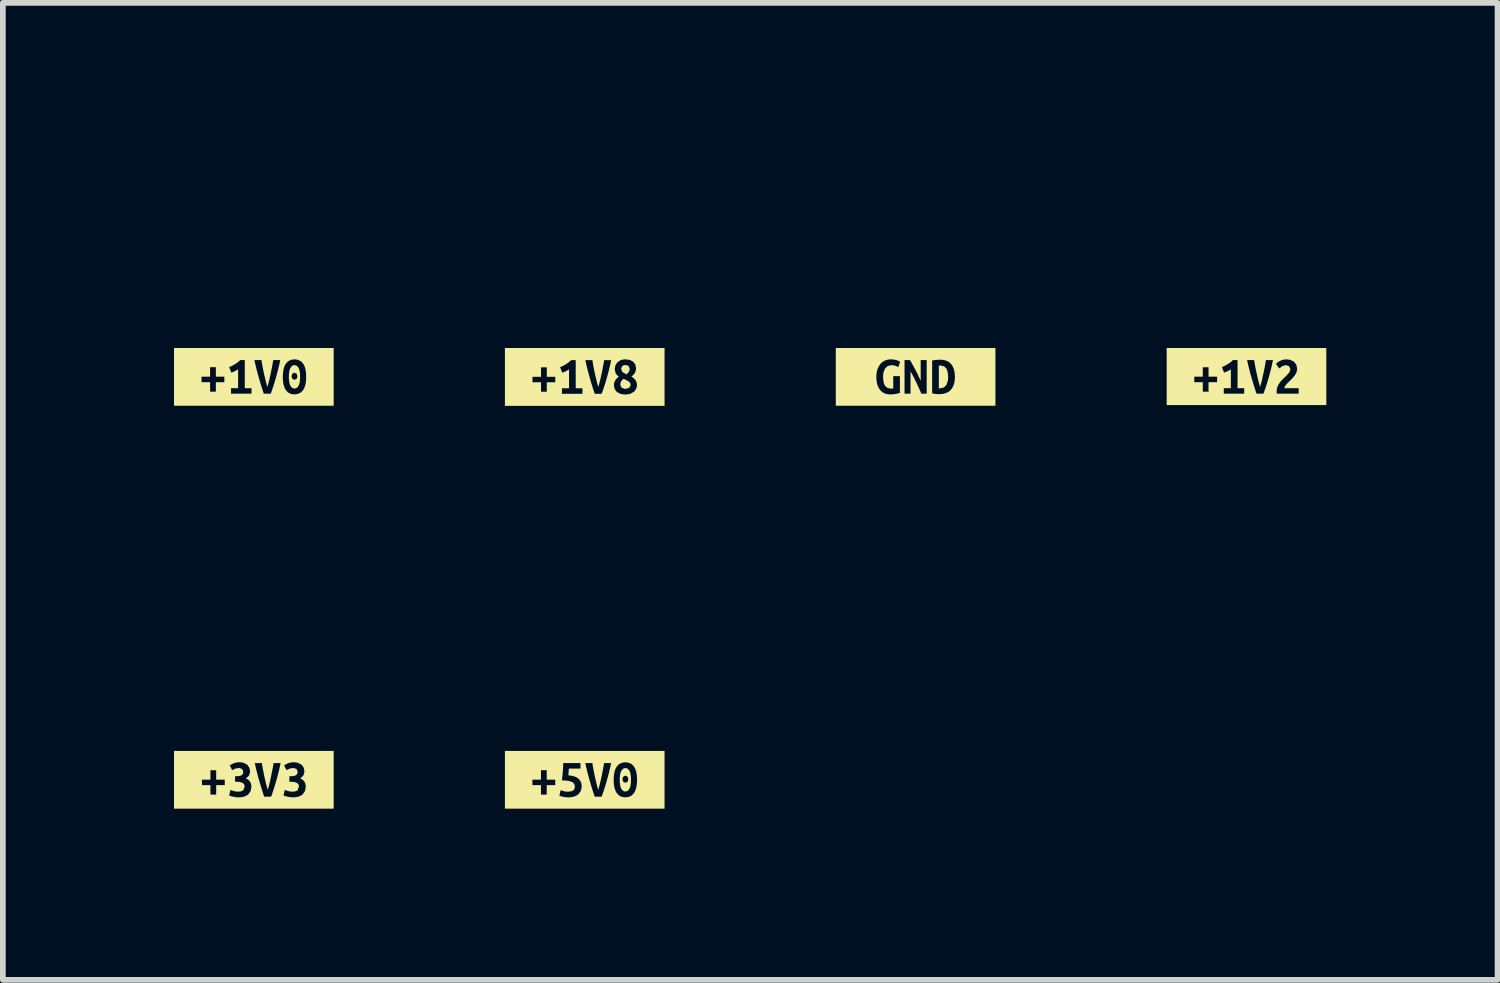
<source format=kicad_pcb>
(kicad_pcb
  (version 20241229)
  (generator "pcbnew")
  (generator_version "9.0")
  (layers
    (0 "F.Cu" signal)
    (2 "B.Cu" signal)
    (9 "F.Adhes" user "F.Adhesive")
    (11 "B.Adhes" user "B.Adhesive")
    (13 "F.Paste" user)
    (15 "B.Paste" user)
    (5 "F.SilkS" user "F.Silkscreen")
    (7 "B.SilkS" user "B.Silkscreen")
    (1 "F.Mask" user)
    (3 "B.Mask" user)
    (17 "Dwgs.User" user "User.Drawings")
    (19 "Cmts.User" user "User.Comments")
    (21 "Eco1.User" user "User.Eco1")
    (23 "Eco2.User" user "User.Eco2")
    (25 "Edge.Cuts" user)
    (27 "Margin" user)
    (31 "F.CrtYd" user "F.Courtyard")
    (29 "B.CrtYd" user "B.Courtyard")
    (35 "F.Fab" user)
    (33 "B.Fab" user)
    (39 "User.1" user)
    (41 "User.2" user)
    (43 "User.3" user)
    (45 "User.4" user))
  (footprint "kibuzzard-65980264"
    (layer "F.Cu")
    (at 1.399 10.617)
    (property "Reference" "kibuzzard-65980264" (at 0 -3.554 0) (layer "F.SilkS") (effects (font (size 0.001 0.001) (thickness 0.15))))
    (attr board_only exclude_from_pos_files exclude_from_bom)
    (fp_poly (pts (xy -1.201 -0.506) (xy -1.399 -0.506) (xy -1.399 0.506) (xy -1.201 0.506) (xy -0.66 0.506) (xy -0.66 0.259) (xy -0.761 0.259) (xy -0.761 0.093) (xy -0.91 0.093) (xy -0.91 -0.003) (xy -0.761 -0.003) (xy -0.761 -0.169) (xy -0.66 -0.169) (xy -0.66 -0.003) (xy -0.51 -0.003) (xy -0.51 0.093) (xy -0.66 0.093) (xy -0.66 0.259) (xy -0.66 0.506) (xy -0.269 0.506) (xy -0.269 0.308) (xy -0.315 0.304) (xy -0.362 0.296) (xy -0.403 0.286) (xy -0.433 0.275) (xy -0.41 0.177) (xy -0.353 0.197) (xy -0.315 0.205) (xy -0.27 0.208) (xy -0.219 0.201) (xy -0.186 0.182) (xy -0.161 0.118) (xy -0.171 0.078) (xy -0.199 0.053) (xy -0.241 0.039) (xy -0.293 0.034) (xy -0.329 0.034) (xy -0.329 -0.063) (xy -0.285 -0.063) (xy -0.249 -0.067) (xy -0.217 -0.079) (xy -0.193 -0.102) (xy -0.184 -0.138) (xy -0.204 -0.189) (xy -0.258 -0.208) (xy -0.324 -0.197) (xy -0.381 -0.17) (xy -0.422 -0.255) (xy -0.354 -0.29) (xy -0.309 -0.303) (xy -0.259 -0.308) (xy -0.212 -0.305) (xy -0.172 -0.295) (xy -0.112 -0.261) (xy -0.077 -0.208) (xy -0.065 -0.142) (xy -0.085 -0.074) (xy -0.139 -0.025) (xy -0.098 -0.001) (xy -0.068 0.031) (xy -0.049 0.072) (xy -0.042 0.12) (xy -0.056 0.195) (xy -0.097 0.255) (xy -0.128 0.277) (xy -0.167 0.294) (xy -0.214 0.304) (xy -0.269 0.308) (xy -0.269 0.506) (xy 0.181 0.506) (xy 0.181 0.295) (xy 0.158 0.225) (xy 0.133 0.147) (xy 0.116 0.091) (xy 0.1 0.036) (xy 0.084 -0.019) (xy 0.07 -0.072) (xy 0.056 -0.124) (xy 0.043 -0.174) (xy 0.028 -0.241) (xy 0.017 -0.294) (xy 0.14 -0.294) (xy 0.148 -0.245) (xy 0.158 -0.188) (xy 0.17 -0.127) (xy 0.183 -0.063) (xy 0.197 0.000476) (xy 0.212 0.063) (xy 0.228 0.123) (xy 0.243 0.175) (xy 0.259 0.123) (xy 0.274 0.064) (xy 0.289 0.001) (xy 0.302 -0.062) (xy 0.315 -0.126) (xy 0.327 -0.188) (xy 0.338 -0.245) (xy 0.346 -0.294) (xy 0.469 -0.294) (xy 0.456 -0.234) (xy 0.441 -0.167) (xy 0.423 -0.094) (xy 0.403 -0.019) (xy 0.388 0.033) (xy 0.372 0.086) (xy 0.356 0.14) (xy 0.338 0.193) (xy 0.321 0.245) (xy 0.302 0.295) (xy 0.181 0.295) (xy 0.181 0.506) (xy 0.683 0.506) (xy 0.683 0.308) (xy 0.637 0.304) (xy 0.591 0.296) (xy 0.549 0.286) (xy 0.52 0.275) (xy 0.542 0.177) (xy 0.599 0.197) (xy 0.637 0.205) (xy 0.682 0.208) (xy 0.734 0.201) (xy 0.767 0.182) (xy 0.791 0.118) (xy 0.782 0.078) (xy 0.754 0.053) (xy 0.712 0.039) (xy 0.66 0.034) (xy 0.623 0.034) (xy 0.623 -0.063) (xy 0.667 -0.063) (xy 0.703 -0.067) (xy 0.736 -0.079) (xy 0.759 -0.102) (xy 0.768 -0.138) (xy 0.749 -0.189) (xy 0.695 -0.208) (xy 0.629 -0.197) (xy 0.572 -0.17) (xy 0.53 -0.255) (xy 0.598 -0.29) (xy 0.643 -0.303) (xy 0.694 -0.308) (xy 0.74 -0.305) (xy 0.78 -0.295) (xy 0.841 -0.261) (xy 0.876 -0.208) (xy 0.887 -0.142) (xy 0.867 -0.074) (xy 0.814 -0.025) (xy 0.855 -0.001) (xy 0.885 0.031) (xy 0.904 0.072) (xy 0.91 0.12) (xy 0.897 0.195) (xy 0.856 0.255) (xy 0.824 0.277) (xy 0.785 0.294) (xy 0.738 0.304) (xy 0.683 0.308) (xy 0.683 0.506) (xy 1.201 0.506) (xy 1.399 0.506) (xy 1.399 -0.506) (xy 1.201 -0.506) (xy -1.201 -0.506)) (stroke (width 0) (type solid)) (fill yes) (layer "F.SilkS")))
  (footprint "kibuzzard-659800D0"
    (layer "F.Cu")
    (at 1.399 3.555)
    (property "Reference" "kibuzzard-659800D0" (at 0 -3.554 0) (layer "F.SilkS") (effects (font (size 0.001 0.001) (thickness 0.15))))
    (attr board_only exclude_from_pos_files exclude_from_bom)
    (fp_poly (pts (xy 0.811 -0.001) (xy 0.808 -0.063) (xy 0.8 -0.114) (xy 0.786 -0.155) (xy 0.755 -0.194) (xy 0.712 -0.208) (xy 0.67 -0.194) (xy 0.639 -0.155) (xy 0.624 -0.114) (xy 0.616 -0.063) (xy 0.613 -0.001) (xy 0.616 0.062) (xy 0.624 0.113) (xy 0.639 0.154) (xy 0.67 0.193) (xy 0.712 0.207) (xy 0.713 0.206) (xy 0.713 0.052) (xy 0.674 0.034) (xy 0.66 -0.01) (xy 0.674 -0.055) (xy 0.713 -0.074) (xy 0.751 -0.055) (xy 0.765 -0.01) (xy 0.751 0.034) (xy 0.713 0.052) (xy 0.713 0.206) (xy 0.755 0.193) (xy 0.786 0.154) (xy 0.8 0.113) (xy 0.808 0.062) (xy 0.811 -0.001)) (stroke (width 0) (type solid)) (fill yes) (layer "F.SilkS"))
    (fp_poly (pts (xy -1.201 -0.506) (xy -1.399 -0.506) (xy -1.399 0.506) (xy -1.201 0.506) (xy -0.666 0.506) (xy -0.666 0.259) (xy -0.767 0.259) (xy -0.767 0.093) (xy -0.917 0.093) (xy -0.917 -0.003) (xy -0.767 -0.003) (xy -0.767 -0.169) (xy -0.666 -0.169) (xy -0.666 -0.003) (xy -0.517 -0.003) (xy -0.517 0.093) (xy -0.666 0.093) (xy -0.666 0.259) (xy -0.666 0.506) (xy -0.041 0.506) (xy -0.041 0.295) (xy -0.4 0.295) (xy -0.4 0.198) (xy -0.276 0.198) (xy -0.276 -0.131) (xy -0.337 -0.098) (xy -0.395 -0.074) (xy -0.433 -0.171) (xy -0.383 -0.193) (xy -0.33 -0.223) (xy -0.28 -0.257) (xy -0.239 -0.294) (xy -0.159 -0.294) (xy -0.159 0.198) (xy -0.041 0.198) (xy -0.041 0.295) (xy -0.041 0.506) (xy 0.175 0.506) (xy 0.175 0.295) (xy 0.151 0.225) (xy 0.126 0.147) (xy 0.109 0.091) (xy 0.093 0.036) (xy 0.078 -0.019) (xy 0.063 -0.072) (xy 0.049 -0.124) (xy 0.037 -0.174) (xy 0.021 -0.241) (xy 0.01 -0.294) (xy 0.134 -0.294) (xy 0.141 -0.245) (xy 0.151 -0.188) (xy 0.163 -0.127) (xy 0.176 -0.063) (xy 0.191 0.000476) (xy 0.206 0.063) (xy 0.221 0.123) (xy 0.237 0.175) (xy 0.252 0.123) (xy 0.267 0.064) (xy 0.282 0.001) (xy 0.296 -0.062) (xy 0.309 -0.126) (xy 0.321 -0.188) (xy 0.331 -0.245) (xy 0.34 -0.294) (xy 0.462 -0.294) (xy 0.45 -0.234) (xy 0.434 -0.167) (xy 0.416 -0.094) (xy 0.396 -0.019) (xy 0.381 0.033) (xy 0.366 0.086) (xy 0.349 0.14) (xy 0.332 0.193) (xy 0.314 0.245) (xy 0.296 0.295) (xy 0.175 0.295) (xy 0.175 0.506) (xy 0.712 0.506) (xy 0.712 0.308) (xy 0.651 0.299) (xy 0.6 0.274) (xy 0.56 0.231) (xy 0.537 0.188) (xy 0.52 0.135) (xy 0.51 0.072) (xy 0.507 -0.001) (xy 0.511 -0.073) (xy 0.521 -0.136) (xy 0.537 -0.188) (xy 0.561 -0.231) (xy 0.601 -0.274) (xy 0.652 -0.299) (xy 0.712 -0.308) (xy 0.773 -0.299) (xy 0.824 -0.274) (xy 0.864 -0.232) (xy 0.887 -0.189) (xy 0.904 -0.136) (xy 0.914 -0.074) (xy 0.917 -0.001) (xy 0.914 0.072) (xy 0.904 0.135) (xy 0.887 0.188) (xy 0.864 0.231) (xy 0.824 0.274) (xy 0.773 0.299) (xy 0.712 0.308) (xy 0.712 0.506) (xy 1.201 0.506) (xy 1.399 0.506) (xy 1.399 -0.506) (xy 1.201 -0.506) (xy -1.201 -0.506)) (stroke (width 0) (type solid)) (fill yes) (layer "F.SilkS")))
  (footprint "kibuzzard-65980153"
    (layer "F.Cu")
    (at 18.796 3.549)
    (property "Reference" "kibuzzard-65980153" (at 0 -3.548 0) (layer "F.SilkS") (effects (font (size 0.001 0.001) (thickness 0.15))))
    (attr board_only exclude_from_pos_files exclude_from_bom)
    (fp_poly (pts (xy -1.201 -0.5) (xy -1.399 -0.5) (xy -1.399 0.5) (xy -1.201 0.5) (xy -0.665 0.5) (xy -0.665 0.265) (xy -0.766 0.265) (xy -0.766 0.1) (xy -0.915 0.1) (xy -0.915 0.003) (xy -0.766 0.003) (xy -0.766 -0.162) (xy -0.665 -0.162) (xy -0.665 0.003) (xy -0.515 0.003) (xy -0.515 0.1) (xy -0.665 0.1) (xy -0.665 0.265) (xy -0.665 0.5) (xy -0.04 0.5) (xy -0.04 0.301) (xy -0.398 0.301) (xy -0.398 0.204) (xy -0.274 0.204) (xy -0.274 -0.125) (xy -0.335 -0.091) (xy -0.393 -0.068) (xy -0.431 -0.165) (xy -0.382 -0.187) (xy -0.329 -0.217) (xy -0.278 -0.251) (xy -0.237 -0.288) (xy -0.157 -0.288) (xy -0.157 0.204) (xy -0.04 0.204) (xy -0.04 0.301) (xy -0.04 0.5) (xy 0.176 0.5) (xy 0.176 0.301) (xy 0.153 0.231) (xy 0.128 0.153) (xy 0.111 0.098) (xy 0.095 0.043) (xy 0.079 -0.012) (xy 0.064 -0.066) (xy 0.051 -0.118) (xy 0.038 -0.168) (xy 0.022 -0.235) (xy 0.011 -0.288) (xy 0.135 -0.288) (xy 0.142 -0.239) (xy 0.152 -0.182) (xy 0.164 -0.12) (xy 0.178 -0.057) (xy 0.192 0.007) (xy 0.207 0.07) (xy 0.223 0.129) (xy 0.238 0.181) (xy 0.253 0.129) (xy 0.269 0.07) (xy 0.283 0.008) (xy 0.297 -0.056) (xy 0.31 -0.12) (xy 0.322 -0.181) (xy 0.332 -0.239) (xy 0.341 -0.288) (xy 0.464 -0.288) (xy 0.451 -0.228) (xy 0.436 -0.16) (xy 0.418 -0.088) (xy 0.398 -0.012) (xy 0.383 0.04) (xy 0.367 0.092) (xy 0.351 0.146) (xy 0.333 0.199) (xy 0.315 0.251) (xy 0.297 0.301) (xy 0.176 0.301) (xy 0.176 0.5) (xy 0.915 0.5) (xy 0.915 0.301) (xy 0.531 0.301) (xy 0.528 0.278) (xy 0.529 0.258) (xy 0.533 0.212) (xy 0.546 0.17) (xy 0.566 0.132) (xy 0.591 0.096) (xy 0.619 0.064) (xy 0.649 0.033) (xy 0.679 0.005) (xy 0.707 -0.022) (xy 0.752 -0.074) (xy 0.77 -0.124) (xy 0.748 -0.18) (xy 0.692 -0.2) (xy 0.634 -0.186) (xy 0.574 -0.141) (xy 0.516 -0.223) (xy 0.557 -0.258) (xy 0.604 -0.282) (xy 0.654 -0.297) (xy 0.704 -0.301) (xy 0.773 -0.291) (xy 0.832 -0.26) (xy 0.873 -0.207) (xy 0.889 -0.133) (xy 0.877 -0.074) (xy 0.847 -0.02) (xy 0.804 0.032) (xy 0.755 0.08) (xy 0.727 0.107) (xy 0.696 0.139) (xy 0.672 0.173) (xy 0.662 0.204) (xy 0.915 0.204) (xy 0.915 0.301) (xy 0.915 0.5) (xy 1.201 0.5) (xy 1.399 0.5) (xy 1.399 -0.5) (xy 1.201 -0.5) (xy -1.201 -0.5)) (stroke (width 0) (type solid)) (fill yes) (layer "F.SilkS")))
  (footprint "kibuzzard-659800DD"
    (layer "F.Cu")
    (at 7.198 3.556)
    (property "Reference" "kibuzzard-659800DD" (at 0 -3.555 0) (layer "F.SilkS") (effects (font (size 0.001 0.001) (thickness 0.15))))
    (attr board_only exclude_from_pos_files exclude_from_bom)
    (fp_poly (pts (xy 0.713 -0.211) (xy 0.659 -0.194) (xy 0.636 -0.143) (xy 0.658 -0.089) (xy 0.688 -0.068) (xy 0.735 -0.045) (xy 0.777 -0.093) (xy 0.789 -0.144) (xy 0.767 -0.194) (xy 0.713 -0.211)) (stroke (width 0) (type solid)) (fill yes) (layer "F.SilkS"))
    (fp_poly (pts (xy 0.805 0.141) (xy 0.798 0.108) (xy 0.775 0.082) (xy 0.735 0.058) (xy 0.676 0.033) (xy 0.635 0.082) (xy 0.621 0.134) (xy 0.648 0.191) (xy 0.712 0.211) (xy 0.78 0.191) (xy 0.805 0.141)) (stroke (width 0) (type solid)) (fill yes) (layer "F.SilkS"))
    (fp_poly (pts (xy -1.201 -0.507) (xy -1.399 -0.507) (xy -1.399 0.507) (xy -1.201 0.507) (xy -0.665 0.507) (xy -0.665 0.26) (xy -0.766 0.26) (xy -0.766 0.094) (xy -0.916 0.094) (xy -0.916 -0.002) (xy -0.766 -0.002) (xy -0.766 -0.168) (xy -0.665 -0.168) (xy -0.665 -0.002) (xy -0.516 -0.002) (xy -0.516 0.094) (xy -0.665 0.094) (xy -0.665 0.26) (xy -0.665 0.507) (xy -0.04 0.507) (xy -0.04 0.296) (xy -0.399 0.296) (xy -0.399 0.199) (xy -0.275 0.199) (xy -0.275 -0.131) (xy -0.336 -0.097) (xy -0.394 -0.074) (xy -0.432 -0.171) (xy -0.382 -0.193) (xy -0.329 -0.222) (xy -0.279 -0.257) (xy -0.238 -0.294) (xy -0.158 -0.294) (xy -0.158 0.199) (xy -0.04 0.199) (xy -0.04 0.296) (xy -0.04 0.507) (xy 0.176 0.507) (xy 0.176 0.296) (xy 0.152 0.226) (xy 0.127 0.147) (xy 0.11 0.092) (xy 0.094 0.037) (xy 0.079 -0.018) (xy 0.064 -0.072) (xy 0.05 -0.124) (xy 0.038 -0.174) (xy 0.022 -0.241) (xy 0.011 -0.294) (xy 0.135 -0.294) (xy 0.142 -0.244) (xy 0.152 -0.188) (xy 0.164 -0.126) (xy 0.177 -0.063) (xy 0.191 0.001) (xy 0.207 0.064) (xy 0.222 0.123) (xy 0.238 0.176) (xy 0.253 0.124) (xy 0.268 0.065) (xy 0.283 0.002) (xy 0.297 -0.062) (xy 0.31 -0.125) (xy 0.321 -0.187) (xy 0.332 -0.244) (xy 0.341 -0.294) (xy 0.463 -0.294) (xy 0.451 -0.233) (xy 0.435 -0.166) (xy 0.417 -0.094) (xy 0.397 -0.018) (xy 0.382 0.034) (xy 0.367 0.087) (xy 0.35 0.14) (xy 0.333 0.193) (xy 0.315 0.245) (xy 0.297 0.296) (xy 0.176 0.296) (xy 0.176 0.507) (xy 0.71 0.507) (xy 0.71 0.308) (xy 0.667 0.305) (xy 0.629 0.297) (xy 0.566 0.266) (xy 0.525 0.215) (xy 0.511 0.148) (xy 0.516 0.105) (xy 0.532 0.064) (xy 0.559 0.027) (xy 0.598 -0.006) (xy 0.562 -0.036) (xy 0.541 -0.067) (xy 0.525 -0.136) (xy 0.535 -0.195) (xy 0.567 -0.251) (xy 0.625 -0.292) (xy 0.666 -0.304) (xy 0.715 -0.308) (xy 0.791 -0.298) (xy 0.85 -0.266) (xy 0.887 -0.217) (xy 0.9 -0.154) (xy 0.895 -0.113) (xy 0.88 -0.073) (xy 0.854 -0.037) (xy 0.817 -0.007) (xy 0.863 0.026) (xy 0.893 0.061) (xy 0.91 0.1) (xy 0.916 0.143) (xy 0.905 0.201) (xy 0.87 0.254) (xy 0.806 0.293) (xy 0.763 0.304) (xy 0.71 0.308) (xy 0.71 0.507) (xy 1.201 0.507) (xy 1.399 0.507) (xy 1.399 -0.507) (xy 1.201 -0.507) (xy -1.201 -0.507)) (stroke (width 0) (type solid)) (fill yes) (layer "F.SilkS")))
  (footprint "kibuzzard-65980275"
    (layer "F.Cu")
    (at 7.198 10.617)
    (property "Reference" "kibuzzard-65980275" (at 0 -3.554 0) (layer "F.SilkS") (effects (font (size 0.001 0.001) (thickness 0.15))))
    (attr board_only exclude_from_pos_files exclude_from_bom)
    (fp_poly (pts (xy 0.811 -0.001) (xy 0.808 -0.063) (xy 0.8 -0.114) (xy 0.786 -0.155) (xy 0.755 -0.194) (xy 0.712 -0.208) (xy 0.67 -0.194) (xy 0.639 -0.155) (xy 0.624 -0.114) (xy 0.616 -0.063) (xy 0.613 -0.001) (xy 0.616 0.062) (xy 0.624 0.113) (xy 0.639 0.154) (xy 0.67 0.193) (xy 0.712 0.207) (xy 0.713 0.206) (xy 0.713 0.052) (xy 0.674 0.034) (xy 0.66 -0.01) (xy 0.674 -0.055) (xy 0.713 -0.074) (xy 0.751 -0.055) (xy 0.765 -0.01) (xy 0.751 0.034) (xy 0.713 0.052) (xy 0.713 0.206) (xy 0.755 0.193) (xy 0.786 0.154) (xy 0.8 0.113) (xy 0.808 0.062) (xy 0.811 -0.001)) (stroke (width 0) (type solid)) (fill yes) (layer "F.SilkS"))
    (fp_poly (pts (xy -1.201 -0.506) (xy -1.399 -0.506) (xy -1.399 0.506) (xy -1.201 0.506) (xy -0.666 0.506) (xy -0.666 0.259) (xy -0.767 0.259) (xy -0.767 0.093) (xy -0.917 0.093) (xy -0.917 -0.003) (xy -0.767 -0.003) (xy -0.767 -0.169) (xy -0.666 -0.169) (xy -0.666 -0.003) (xy -0.517 -0.003) (xy -0.517 0.093) (xy -0.666 0.093) (xy -0.666 0.259) (xy -0.666 0.506) (xy -0.286 0.506) (xy -0.286 0.308) (xy -0.333 0.305) (xy -0.379 0.298) (xy -0.418 0.288) (xy -0.445 0.277) (xy -0.421 0.18) (xy -0.368 0.199) (xy -0.332 0.206) (xy -0.287 0.208) (xy -0.231 0.2) (xy -0.195 0.18) (xy -0.178 0.153) (xy -0.173 0.122) (xy -0.181 0.077) (xy -0.213 0.041) (xy -0.282 0.019) (xy -0.334 0.013) (xy -0.4 0.01) (xy -0.391 -0.069) (xy -0.384 -0.146) (xy -0.379 -0.222) (xy -0.376 -0.294) (xy -0.075 -0.294) (xy -0.075 -0.197) (xy -0.278 -0.197) (xy -0.282 -0.133) (xy -0.287 -0.079) (xy -0.215 -0.069) (xy -0.156 -0.05) (xy -0.111 -0.022) (xy -0.079 0.016) (xy -0.059 0.062) (xy -0.053 0.117) (xy -0.067 0.193) (xy -0.111 0.253) (xy -0.144 0.276) (xy -0.184 0.293) (xy -0.232 0.304) (xy -0.286 0.308) (xy -0.286 0.506) (xy 0.175 0.506) (xy 0.175 0.295) (xy 0.151 0.225) (xy 0.126 0.147) (xy 0.109 0.091) (xy 0.093 0.036) (xy 0.078 -0.019) (xy 0.063 -0.072) (xy 0.049 -0.124) (xy 0.037 -0.174) (xy 0.021 -0.241) (xy 0.01 -0.294) (xy 0.134 -0.294) (xy 0.141 -0.245) (xy 0.151 -0.188) (xy 0.163 -0.127) (xy 0.176 -0.063) (xy 0.191 0.000476) (xy 0.206 0.063) (xy 0.221 0.123) (xy 0.237 0.175) (xy 0.252 0.123) (xy 0.267 0.064) (xy 0.282 0.001) (xy 0.296 -0.062) (xy 0.309 -0.126) (xy 0.321 -0.188) (xy 0.331 -0.245) (xy 0.34 -0.294) (xy 0.462 -0.294) (xy 0.45 -0.234) (xy 0.434 -0.167) (xy 0.416 -0.094) (xy 0.396 -0.019) (xy 0.381 0.033) (xy 0.366 0.086) (xy 0.349 0.14) (xy 0.332 0.193) (xy 0.314 0.245) (xy 0.296 0.295) (xy 0.175 0.295) (xy 0.175 0.506) (xy 0.712 0.506) (xy 0.712 0.308) (xy 0.651 0.299) (xy 0.6 0.274) (xy 0.56 0.231) (xy 0.537 0.188) (xy 0.52 0.135) (xy 0.51 0.072) (xy 0.507 -0.001) (xy 0.511 -0.073) (xy 0.521 -0.136) (xy 0.537 -0.188) (xy 0.561 -0.231) (xy 0.601 -0.274) (xy 0.652 -0.299) (xy 0.712 -0.308) (xy 0.773 -0.299) (xy 0.824 -0.274) (xy 0.864 -0.232) (xy 0.887 -0.189) (xy 0.904 -0.136) (xy 0.914 -0.074) (xy 0.917 -0.001) (xy 0.914 0.072) (xy 0.904 0.135) (xy 0.887 0.188) (xy 0.864 0.231) (xy 0.824 0.274) (xy 0.773 0.299) (xy 0.712 0.308) (xy 0.712 0.506) (xy 1.201 0.506) (xy 1.399 0.506) (xy 1.399 -0.506) (xy 1.201 -0.506) (xy -1.201 -0.506)) (stroke (width 0) (type solid)) (fill yes) (layer "F.SilkS")))
  (footprint "kibuzzard-6598095F"
    (layer "F.Cu")
    (at 12.997 3.555)
    (property "Reference" "kibuzzard-6598095F" (at 0 -3.554 0) (layer "F.SilkS") (effects (font (size 0.001 0.001) (thickness 0.15))))
    (attr board_only exclude_from_pos_files exclude_from_bom)
    (fp_poly (pts (xy 0.407 0.2) (xy 0.417 0.201) (xy 0.428 0.201) (xy 0.495 0.186) (xy 0.539 0.144) (xy 0.562 0.08) (xy 0.568 0.042) (xy 0.57 0) (xy 0.564 -0.074) (xy 0.544 -0.138) (xy 0.505 -0.182) (xy 0.441 -0.199) (xy 0.424 -0.199) (xy 0.407 -0.196) (xy 0.407 0.2)) (stroke (width 0) (type solid)) (fill yes) (layer "F.SilkS"))
    (fp_poly (pts (xy -1.201 -0.506) (xy -1.399 -0.506) (xy -1.399 0.506) (xy -1.201 0.506) (xy -0.448 0.506) (xy -0.448 0.308) (xy -0.5 0.303) (xy -0.547 0.288) (xy -0.588 0.264) (xy -0.623 0.23) (xy -0.651 0.187) (xy -0.672 0.134) (xy -0.684 0.072) (xy -0.689 0) (xy -0.684 -0.071) (xy -0.669 -0.133) (xy -0.645 -0.186) (xy -0.614 -0.23) (xy -0.577 -0.264) (xy -0.533 -0.288) (xy -0.485 -0.303) (xy -0.433 -0.308) (xy -0.372 -0.302) (xy -0.325 -0.291) (xy -0.292 -0.276) (xy -0.272 -0.265) (xy -0.303 -0.171) (xy -0.354 -0.195) (xy -0.417 -0.206) (xy -0.488 -0.191) (xy -0.535 -0.148) (xy -0.561 -0.083) (xy -0.568 -0.044) (xy -0.57 0) (xy -0.566 0.064) (xy -0.555 0.116) (xy -0.536 0.156) (xy -0.495 0.193) (xy -0.438 0.206) (xy -0.415 0.205) (xy -0.392 0.202) (xy -0.392 -0.013) (xy -0.275 -0.013) (xy -0.275 0.281) (xy -0.341 0.298) (xy -0.389 0.305) (xy -0.448 0.308) (xy -0.448 0.506) (xy 0.1 0.506) (xy 0.1 0.295) (xy 0.073 0.23) (xy 0.043 0.165) (xy 0.013 0.1) (xy -0.019 0.034) (xy -0.053 -0.031) (xy -0.089 -0.096) (xy -0.089 0.295) (xy -0.194 0.295) (xy -0.194 -0.294) (xy -0.1 -0.294) (xy -0.073 -0.251) (xy -0.047 -0.203) (xy -0.02 -0.154) (xy 0.005 -0.106) (xy 0.03 -0.058) (xy 0.052 -0.011) (xy 0.072 0.031) (xy 0.089 0.069) (xy 0.089 -0.294) (xy 0.194 -0.294) (xy 0.194 0.295) (xy 0.1 0.295) (xy 0.1 0.506) (xy 0.415 0.506) (xy 0.415 0.303) (xy 0.354 0.3) (xy 0.29 0.289) (xy 0.29 -0.287) (xy 0.365 -0.298) (xy 0.431 -0.301) (xy 0.486 -0.297) (xy 0.537 -0.284) (xy 0.581 -0.262) (xy 0.618 -0.23) (xy 0.648 -0.188) (xy 0.67 -0.137) (xy 0.684 -0.074) (xy 0.689 0) (xy 0.684 0.076) (xy 0.668 0.14) (xy 0.644 0.192) (xy 0.612 0.233) (xy 0.572 0.265) (xy 0.525 0.286) (xy 0.473 0.299) (xy 0.415 0.303) (xy 0.415 0.506) (xy 1.201 0.506) (xy 1.399 0.506) (xy 1.399 -0.506) (xy 1.201 -0.506) (xy -1.201 -0.506)) (stroke (width 0) (type solid)) (fill yes) (layer "F.SilkS")))
  (gr_rect
    (start -3 -3)
    (end 23.196 14.123)
    (stroke (width 0.1) (type default))
    (fill no)
    (layer "Edge.Cuts")))
</source>
